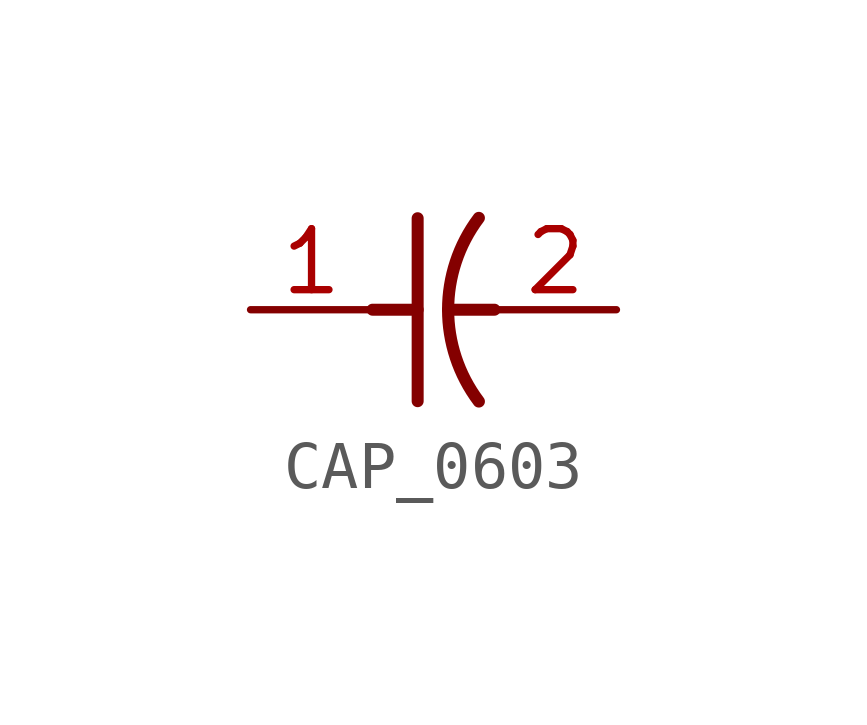
<source format=kicad_sym>
(kicad_symbol_lib
  (version 20231120)
  (generator "kicad_symbol_editor")
  (generator_version "8.0")
  (symbol "CAP_0603"
    (property "Reference" "C"
      (at 0 0 0)
      (effects (font (size 1.27 1.27)) (hide yes)))
    (property "ki_locked" ""
      (at 0 0 0)
      (effects (font (size 1.27 1.27))))
    (symbol "CAP_0603_1_0"
      (polyline (pts (xy -1.27 0) (xy -0.33 0)) (stroke (width 0.25) (type solid)) (fill (type none)))
      (polyline (pts (xy -0.33 -1.905) (xy -0.33 1.905)) (stroke (width 0.25) (type solid)) (fill (type none)))
      (polyline (pts (xy 0.305 0) (xy 1.27 0)) (stroke (width 0.25) (type solid)) (fill (type none)))
      (arc (start 0.944 1.911) (mid 0.3044 0.0001) (end 0.9439 -1.9109) (stroke (width 0.254) (type solid)) (fill (type none)))
      (pin passive line (at -3.81 0 0) (length 2.54) (name "1" (effects (font (size 0 0)))) (number "1" (effects (font (size 1.27 1.27)))))
      (pin passive line (at 3.81 0 180) (length 2.54) (name "2" (effects (font (size 0 0)))) (number "2" (effects (font (size 1.27 1.27))))))))
</source>
